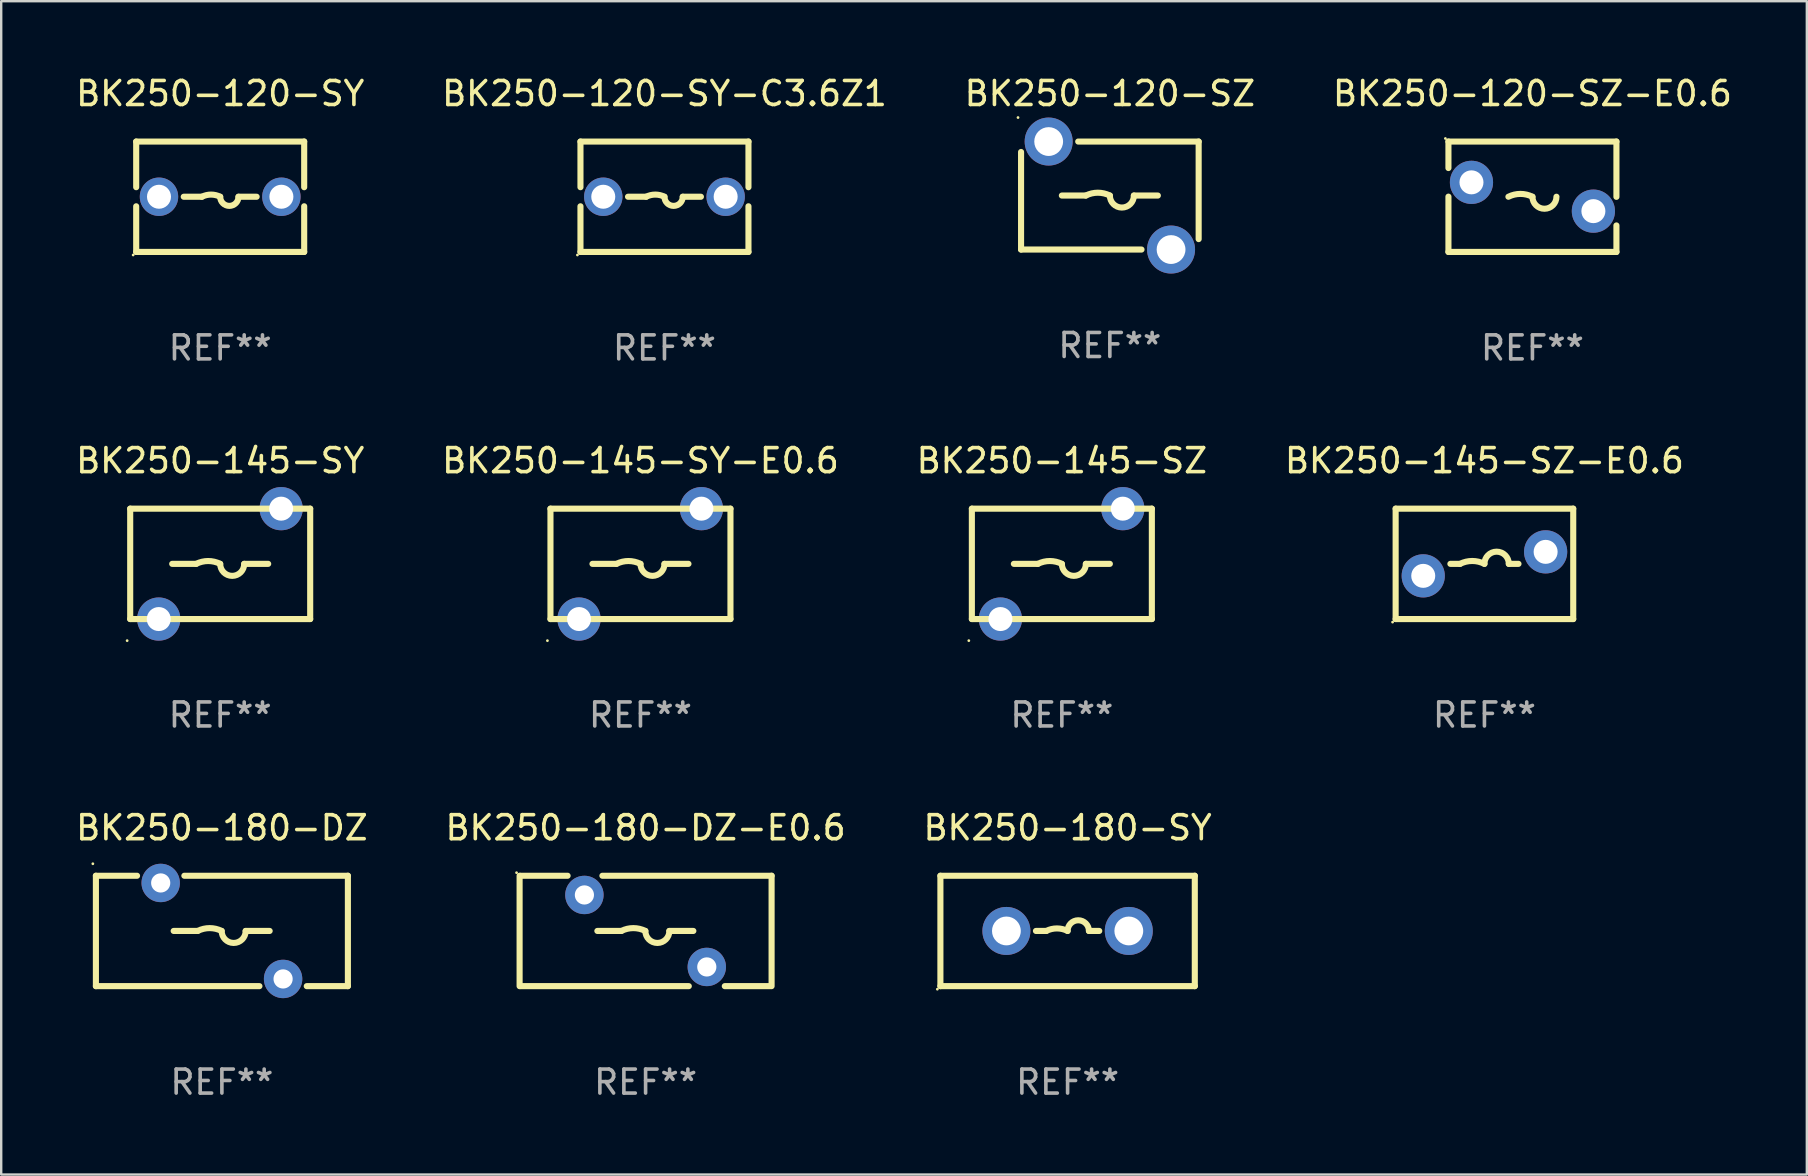
<source format=kicad_pcb>
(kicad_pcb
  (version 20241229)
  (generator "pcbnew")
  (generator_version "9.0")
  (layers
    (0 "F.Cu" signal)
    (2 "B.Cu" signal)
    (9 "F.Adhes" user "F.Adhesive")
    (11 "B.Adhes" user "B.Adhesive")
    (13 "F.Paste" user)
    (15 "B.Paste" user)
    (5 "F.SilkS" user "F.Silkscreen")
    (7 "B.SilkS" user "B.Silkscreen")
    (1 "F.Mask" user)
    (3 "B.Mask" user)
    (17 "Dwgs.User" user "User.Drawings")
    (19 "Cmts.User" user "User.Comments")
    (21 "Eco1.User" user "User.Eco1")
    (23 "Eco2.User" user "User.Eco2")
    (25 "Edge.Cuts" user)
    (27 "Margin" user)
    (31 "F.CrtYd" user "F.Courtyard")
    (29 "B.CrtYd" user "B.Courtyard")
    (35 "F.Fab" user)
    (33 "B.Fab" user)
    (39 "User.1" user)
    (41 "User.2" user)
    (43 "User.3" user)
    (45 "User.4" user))
  (footprint "BK250-120-SY"
    (layer "F.Cu")
    (at 6.125 5.148)
    (property "Reference" "BK250-120-SY" (at 0 -4.3 0) (layer "F.SilkS") (effects (font (size 1 1) (thickness 0.15))))
    (attr through_hole)
    (fp_line (start -3.5 -2.3) (end -3.5 -0.398) (stroke (width 0.254) (type solid)) (layer "F.SilkS"))
    (fp_line (start -3.5 -2.3) (end 3.5 -2.3) (stroke (width 0.254) (type solid)) (layer "F.SilkS"))
    (fp_line (start -3.5 0.398) (end -3.5 2.3) (stroke (width 0.254) (type solid)) (layer "F.SilkS"))
    (fp_line (start -1.519 0) (end -0.762 0) (stroke (width 0.254) (type solid)) (layer "F.SilkS"))
    (fp_line (start 1.519 0) (end 0.762 0) (stroke (width 0.254) (type solid)) (layer "F.SilkS"))
    (fp_line (start 3.5 -2.3) (end 3.5 -0.397) (stroke (width 0.254) (type solid)) (layer "F.SilkS"))
    (fp_line (start 3.5 0.397) (end 3.5 2.3) (stroke (width 0.254) (type solid)) (layer "F.SilkS"))
    (fp_line (start 3.5 2.3) (end -3.5 2.3) (stroke (width 0.254) (type solid)) (layer "F.SilkS"))
    (fp_arc (start -0.762129 0) (mid -0.381128 -0.089942) (end -0.000127 0) (stroke (width 0.254001) (type solid)) (layer "F.SilkS"))
    (fp_arc (start 0.761875 0) (mid 0.380874 0.381001) (end -0.000127 0) (stroke (width 0.254001) (type solid)) (layer "F.SilkS"))
    (fp_circle (center -3.627 2.427) (end -3.597 2.427) (stroke (width 0.06) (type solid)) (fill no) (layer "F.SilkS"))
    (fp_text user "REF**" (at 0 6.3 0) (layer "F.Fab") (effects (font (size 1 1) (thickness 0.15))))
    (pad "1" thru_hole circle (at -2.55 0) (size 1.6 1.6) (drill 1) (layers "*.Cu" "*.Mask"))
    (pad "2" thru_hole circle (at 2.55 0) (size 1.6 1.6) (drill 1) (layers "*.Cu" "*.Mask")))
  (footprint "BK250-120-SZ-E0.6"
    (layer "F.Cu")
    (at 60.804 5.148)
    (property "Reference" "BK250-120-SZ-E0.6" (at 0 -4.3 0) (layer "F.SilkS") (effects (font (size 1 1) (thickness 0.15))))
    (attr through_hole)
    (fp_line (start -3.5 -2.3) (end -3.5 -1.196) (stroke (width 0.254) (type solid)) (layer "F.SilkS"))
    (fp_line (start -3.5 -2.3) (end 3.5 -2.3) (stroke (width 0.254) (type solid)) (layer "F.SilkS"))
    (fp_line (start -3.5 -0.004) (end -3.5 2.3) (stroke (width 0.254) (type solid)) (layer "F.SilkS"))
    (fp_line (start 3.5 -2.3) (end 3.5 0.004) (stroke (width 0.254) (type solid)) (layer "F.SilkS"))
    (fp_line (start 3.5 1.196) (end 3.5 2.3) (stroke (width 0.254) (type solid)) (layer "F.SilkS"))
    (fp_line (start 3.5 2.3) (end -3.5 2.3) (stroke (width 0.254) (type solid)) (layer "F.SilkS"))
    (fp_arc (start -1.000762 0) (mid -0.500381 -0.118151) (end 0 0) (stroke (width 0.254001) (type solid)) (layer "F.SilkS"))
    (fp_arc (start 1.000762 0) (mid 0.500381 0.500127) (end 0 0) (stroke (width 0.254001) (type solid)) (layer "F.SilkS"))
    (fp_circle (center -3.627 -2.427) (end -3.597 -2.427) (stroke (width 0.06) (type solid)) (fill no) (layer "F.SilkS"))
    (fp_text user "REF**" (at 0 6.3 0) (layer "F.Fab") (effects (font (size 1 1) (thickness 0.15))))
    (pad "1" thru_hole circle (at -2.54 -0.6) (size 1.8 1.8) (drill 1) (layers "*.Cu" "*.Mask"))
    (pad "2" thru_hole circle (at 2.54 0.6) (size 1.8 1.8) (drill 1) (layers "*.Cu" "*.Mask")))
  (footprint "BK250-180-DZ"
    (layer "F.Cu")
    (at 6.196 35.741)
    (property "Reference" "BK250-180-DZ" (at 0 -4.3 0) (layer "F.SilkS") (effects (font (size 1 1) (thickness 0.15))))
    (attr through_hole)
    (fp_line (start -5.25 -2.3) (end -5.25 2.3) (stroke (width 0.254) (type solid)) (layer "F.SilkS"))
    (fp_line (start -5.25 -2.3) (end -3.536 -2.3) (stroke (width 0.254) (type solid)) (layer "F.SilkS"))
    (fp_line (start -5.25 2.3) (end 1.564 2.3) (stroke (width 0.254) (type solid)) (layer "F.SilkS"))
    (fp_line (start -1.564 -2.3) (end 5.25 -2.3) (stroke (width 0.254) (type solid)) (layer "F.SilkS"))
    (fp_line (start -1.01 -0.000064) (end -2.01 -0.000064) (stroke (width 0.254) (type solid)) (layer "F.SilkS"))
    (fp_line (start 0.99 -0.000064) (end 1.99 -0.000064) (stroke (width 0.254) (type solid)) (layer "F.SilkS"))
    (fp_line (start 3.536 2.3) (end 5.25 2.3) (stroke (width 0.254) (type solid)) (layer "F.SilkS"))
    (fp_line (start 5.25 -2.3) (end 5.25 2.3) (stroke (width 0.254) (type solid)) (layer "F.SilkS"))
    (fp_arc (start -1.010008 -0.000064) (mid -0.510008 -0.118084) (end -0.010007 -0.000064) (stroke (width 0.254001) (type solid)) (layer "F.SilkS"))
    (fp_arc (start 0.990754 -0.000064) (mid 0.490373 0.500063) (end -0.010008 -0.000064) (stroke (width 0.254001) (type solid)) (layer "F.SilkS"))
    (fp_circle (center -5.377 -2.8) (end -5.347 -2.8) (stroke (width 0.06) (type solid)) (fill no) (layer "F.SilkS"))
    (fp_text user "REF**" (at 0 6.3 0) (layer "F.Fab") (effects (font (size 1 1) (thickness 0.15))))
    (pad "1" thru_hole circle (at -2.55 -2) (size 1.6 1.6) (drill 0.8) (layers "*.Cu" "*.Mask"))
    (pad "2" thru_hole circle (at 2.55 2) (size 1.6 1.6) (drill 0.8) (layers "*.Cu" "*.Mask")))
  (footprint "BK250-145-SZ"
    (layer "F.Cu")
    (at 41.196 20.445)
    (property "Reference" "BK250-145-SZ" (at 0 -4.3 0) (layer "F.SilkS") (effects (font (size 1 1) (thickness 0.15))))
    (attr through_hole)
    (fp_line (start -3.75 -2.3) (end 3.75 -2.3) (stroke (width 0.254) (type solid)) (layer "F.SilkS"))
    (fp_line (start -3.75 2.3) (end -3.75 -2.3) (stroke (width 0.254) (type solid)) (layer "F.SilkS"))
    (fp_line (start -1 0) (end -2 0) (stroke (width 0.254) (type solid)) (layer "F.SilkS"))
    (fp_line (start 1 0) (end 2 0) (stroke (width 0.254) (type solid)) (layer "F.SilkS"))
    (fp_line (start 3.75 -2.3) (end 3.75 2.3) (stroke (width 0.254) (type solid)) (layer "F.SilkS"))
    (fp_line (start 3.75 2.3) (end -3.75 2.3) (stroke (width 0.254) (type solid)) (layer "F.SilkS"))
    (fp_arc (start -1 0) (mid -0.5 -0.118021) (end 0 0) (stroke (width 0.254001) (type solid)) (layer "F.SilkS"))
    (fp_arc (start 1.000762 0) (mid 0.500381 0.500127) (end 0 0) (stroke (width 0.254001) (type solid)) (layer "F.SilkS"))
    (fp_circle (center -3.877 3.2) (end -3.847 3.2) (stroke (width 0.06) (type solid)) (fill no) (layer "F.SilkS"))
    (fp_text user "REF**" (at 0 6.3 0) (layer "F.Fab") (effects (font (size 1 1) (thickness 0.15))))
    (pad "1" thru_hole circle (at -2.56 2.3) (size 1.8 1.8) (drill 1) (layers "*.Cu" "*.Mask"))
    (pad "2" thru_hole circle (at 2.54 -2.3) (size 1.8 1.8) (drill 1) (layers "*.Cu" "*.Mask")))
  (footprint "BK250-180-DZ-E0.6"
    (layer "F.Cu")
    (at 23.851 35.741)
    (property "Reference" "BK250-180-DZ-E0.6" (at 0 -4.3 0) (layer "F.SilkS") (effects (font (size 1 1) (thickness 0.15))))
    (attr through_hole)
    (fp_line (start -5.25 -2.3) (end -5.25 2.3) (stroke (width 0.254) (type solid)) (layer "F.SilkS"))
    (fp_line (start -5.21 -2.3) (end -3.25 -2.3) (stroke (width 0.254) (type solid)) (layer "F.SilkS"))
    (fp_line (start -1.8 -2.3) (end 5.25 -2.3) (stroke (width 0.254) (type solid)) (layer "F.SilkS"))
    (fp_line (start -1.01 -0.000064) (end -2.01 -0.000064) (stroke (width 0.254) (type solid)) (layer "F.SilkS"))
    (fp_line (start 0.99 -0.000064) (end 1.99 -0.000064) (stroke (width 0.254) (type solid)) (layer "F.SilkS"))
    (fp_line (start 1.8 2.3) (end -5.21 2.3) (stroke (width 0.254) (type solid)) (layer "F.SilkS"))
    (fp_line (start 5.19 2.3) (end 3.3 2.3) (stroke (width 0.254) (type solid)) (layer "F.SilkS"))
    (fp_line (start 5.25 -2.3) (end 5.25 2.3) (stroke (width 0.254) (type solid)) (layer "F.SilkS"))
    (fp_arc (start -1.010008 -0.000064) (mid -0.510008 -0.118084) (end -0.010007 -0.000064) (stroke (width 0.254001) (type solid)) (layer "F.SilkS"))
    (fp_arc (start 0.990754 -0.000064) (mid 0.490373 0.500063) (end -0.010008 -0.000064) (stroke (width 0.254001) (type solid)) (layer "F.SilkS"))
    (fp_circle (center -5.377 -2.427) (end -5.347 -2.427) (stroke (width 0.06) (type solid)) (fill no) (layer "F.SilkS"))
    (fp_text user "REF**" (at 0 6.3 0) (layer "F.Fab") (effects (font (size 1 1) (thickness 0.15))))
    (pad "1" thru_hole circle (at -2.55 -1.5) (size 1.6 1.6) (drill 0.8) (layers "*.Cu" "*.Mask"))
    (pad "2" thru_hole circle (at 2.55 1.5) (size 1.6 1.6) (drill 0.8) (layers "*.Cu" "*.Mask")))
  (footprint "BK250-145-SY-E0.6"
    (layer "F.Cu")
    (at 23.637 20.445)
    (property "Reference" "BK250-145-SY-E0.6" (at 0 -4.3 0) (layer "F.SilkS") (effects (font (size 1 1) (thickness 0.15))))
    (attr through_hole)
    (fp_line (start -3.75 -2.3) (end 3.75 -2.3) (stroke (width 0.254) (type solid)) (layer "F.SilkS"))
    (fp_line (start -3.75 2.3) (end -3.75 -2.3) (stroke (width 0.254) (type solid)) (layer "F.SilkS"))
    (fp_line (start -1 0) (end -2 0) (stroke (width 0.254) (type solid)) (layer "F.SilkS"))
    (fp_line (start 1 0) (end 2 0) (stroke (width 0.254) (type solid)) (layer "F.SilkS"))
    (fp_line (start 3.75 -2.3) (end 3.75 2.3) (stroke (width 0.254) (type solid)) (layer "F.SilkS"))
    (fp_line (start 3.75 2.3) (end -3.75 2.3) (stroke (width 0.254) (type solid)) (layer "F.SilkS"))
    (fp_arc (start -1 0) (mid -0.5 -0.118021) (end 0 0) (stroke (width 0.254001) (type solid)) (layer "F.SilkS"))
    (fp_arc (start 1.000762 0) (mid 0.500381 0.500127) (end 0 0) (stroke (width 0.254001) (type solid)) (layer "F.SilkS"))
    (fp_circle (center -3.877 3.2) (end -3.847 3.2) (stroke (width 0.06) (type solid)) (fill no) (layer "F.SilkS"))
    (fp_text user "REF**" (at 0 6.3 0) (layer "F.Fab") (effects (font (size 1 1) (thickness 0.15))))
    (pad "1" thru_hole circle (at -2.56 2.3) (size 1.8 1.8) (drill 1) (layers "*.Cu" "*.Mask"))
    (pad "2" thru_hole circle (at 2.54 -2.3) (size 1.8 1.8) (drill 1) (layers "*.Cu" "*.Mask")))
  (footprint "BK250-145-SY"
    (layer "F.Cu")
    (at 6.125 20.445)
    (property "Reference" "BK250-145-SY" (at 0 -4.3 0) (layer "F.SilkS") (effects (font (size 1 1) (thickness 0.15))))
    (attr through_hole)
    (fp_line (start -3.75 -2.3) (end 3.75 -2.3) (stroke (width 0.254) (type solid)) (layer "F.SilkS"))
    (fp_line (start -3.75 2.3) (end -3.75 -2.3) (stroke (width 0.254) (type solid)) (layer "F.SilkS"))
    (fp_line (start -1 0) (end -2 0) (stroke (width 0.254) (type solid)) (layer "F.SilkS"))
    (fp_line (start 1 0) (end 2 0) (stroke (width 0.254) (type solid)) (layer "F.SilkS"))
    (fp_line (start 3.75 -2.3) (end 3.75 2.3) (stroke (width 0.254) (type solid)) (layer "F.SilkS"))
    (fp_line (start 3.75 2.3) (end -3.75 2.3) (stroke (width 0.254) (type solid)) (layer "F.SilkS"))
    (fp_arc (start -1 0) (mid -0.5 -0.118021) (end 0 0) (stroke (width 0.254001) (type solid)) (layer "F.SilkS"))
    (fp_arc (start 1.000762 0) (mid 0.500381 0.500127) (end 0 0) (stroke (width 0.254001) (type solid)) (layer "F.SilkS"))
    (fp_circle (center -3.877 3.2) (end -3.847 3.2) (stroke (width 0.06) (type solid)) (fill no) (layer "F.SilkS"))
    (fp_text user "REF**" (at 0 6.3 0) (layer "F.Fab") (effects (font (size 1 1) (thickness 0.15))))
    (pad "1" thru_hole circle (at -2.56 2.3) (size 1.8 1.8) (drill 1) (layers "*.Cu" "*.Mask"))
    (pad "2" thru_hole circle (at 2.54 -2.3) (size 1.8 1.8) (drill 1) (layers "*.Cu" "*.Mask")))
  (footprint "BK250-120-SY-C3.6Z1"
    (layer "F.Cu")
    (at 24.637 5.148)
    (property "Reference" "BK250-120-SY-C3.6Z1" (at 0 -4.3 0) (layer "F.SilkS") (effects (font (size 1 1) (thickness 0.15))))
    (attr through_hole)
    (fp_line (start -3.5 -2.3) (end -3.5 -0.398) (stroke (width 0.254) (type solid)) (layer "F.SilkS"))
    (fp_line (start -3.5 -2.3) (end 3.5 -2.3) (stroke (width 0.254) (type solid)) (layer "F.SilkS"))
    (fp_line (start -3.5 0.398) (end -3.5 2.3) (stroke (width 0.254) (type solid)) (layer "F.SilkS"))
    (fp_line (start -1.519 0) (end -0.762 0) (stroke (width 0.254) (type solid)) (layer "F.SilkS"))
    (fp_line (start 1.519 0) (end 0.762 0) (stroke (width 0.254) (type solid)) (layer "F.SilkS"))
    (fp_line (start 3.5 -2.3) (end 3.5 -0.397) (stroke (width 0.254) (type solid)) (layer "F.SilkS"))
    (fp_line (start 3.5 0.397) (end 3.5 2.3) (stroke (width 0.254) (type solid)) (layer "F.SilkS"))
    (fp_line (start 3.5 2.3) (end -3.5 2.3) (stroke (width 0.254) (type solid)) (layer "F.SilkS"))
    (fp_arc (start -0.762129 0) (mid -0.381128 -0.089942) (end -0.000127 0) (stroke (width 0.254001) (type solid)) (layer "F.SilkS"))
    (fp_arc (start 0.761875 0) (mid 0.380874 0.381001) (end -0.000127 0) (stroke (width 0.254001) (type solid)) (layer "F.SilkS"))
    (fp_circle (center -3.627 2.427) (end -3.597 2.427) (stroke (width 0.06) (type solid)) (fill no) (layer "F.SilkS"))
    (fp_text user "REF**" (at 0 6.3 0) (layer "F.Fab") (effects (font (size 1 1) (thickness 0.15))))
    (pad "1" thru_hole circle (at -2.55 0) (size 1.6 1.6) (drill 1) (layers "*.Cu" "*.Mask"))
    (pad "2" thru_hole circle (at 2.55 0) (size 1.6 1.6) (drill 1) (layers "*.Cu" "*.Mask")))
  (footprint "BK250-120-SZ"
    (layer "F.Cu")
    (at 43.196 5.098)
    (property "Reference" "BK250-120-SZ" (at 0 -4.25 0) (layer "F.SilkS") (effects (font (size 1 1) (thickness 0.15))))
    (attr through_hole)
    (fp_line (start -3.7 2.25) (end -3.7 -1.815) (stroke (width 0.254) (type solid)) (layer "F.SilkS"))
    (fp_line (start -3.7 2.25) (end 1.319 2.25) (stroke (width 0.254) (type solid)) (layer "F.SilkS"))
    (fp_line (start -1 0) (end -2 0) (stroke (width 0.254) (type solid)) (layer "F.SilkS"))
    (fp_line (start 1 0) (end 2 0) (stroke (width 0.254) (type solid)) (layer "F.SilkS"))
    (fp_line (start 3.7 -2.25) (end -1.319 -2.25) (stroke (width 0.254) (type solid)) (layer "F.SilkS"))
    (fp_line (start 3.7 1.815) (end 3.7 -2.25) (stroke (width 0.254) (type solid)) (layer "F.SilkS"))
    (fp_arc (start -1.000762 0) (mid -0.500381 -0.118151) (end 0 0) (stroke (width 0.254001) (type solid)) (layer "F.SilkS"))
    (fp_arc (start 1.000762 0) (mid 0.500381 0.500127) (end 0 0) (stroke (width 0.254001) (type solid)) (layer "F.SilkS"))
    (fp_circle (center -3.827 -3.25) (end -3.797 -3.25) (stroke (width 0.06) (type solid)) (fill no) (layer "F.SilkS"))
    (fp_text user "REF**" (at 0 6.25 0) (layer "F.Fab") (effects (font (size 1 1) (thickness 0.15))))
    (pad "1" thru_hole circle (at -2.55 -2.25) (size 2 2) (drill 1.2) (layers "*.Cu" "*.Mask"))
    (pad "2" thru_hole circle (at 2.55 2.25) (size 2 2) (drill 1.2) (layers "*.Cu" "*.Mask")))
  (footprint "BK250-145-SZ-E0.6"
    (layer "F.Cu")
    (at 58.804 20.445)
    (property "Reference" "BK250-145-SZ-E0.6" (at 0 -4.3 0) (layer "F.SilkS") (effects (font (size 1 1) (thickness 0.15))))
    (attr through_hole)
    (fp_line (start -3.7 -2.3) (end 3.7 -2.3) (stroke (width 0.254) (type solid)) (layer "F.SilkS"))
    (fp_line (start -3.7 2.3) (end -3.7 -2.3) (stroke (width 0.254) (type solid)) (layer "F.SilkS"))
    (fp_line (start -1.419 0) (end -1.016 0) (stroke (width 0.254) (type solid)) (layer "F.SilkS"))
    (fp_line (start 1.419 0) (end 1.016 0) (stroke (width 0.254) (type solid)) (layer "F.SilkS"))
    (fp_line (start 3.7 -2.3) (end 3.7 2.3) (stroke (width 0.254) (type solid)) (layer "F.SilkS"))
    (fp_line (start 3.7 2.3) (end -3.7 2.3) (stroke (width 0.254) (type solid)) (layer "F.SilkS"))
    (fp_arc (start -1.016002 0) (mid -0.508001 -0.119923) (end 0 0) (stroke (width 0.254001) (type solid)) (layer "F.SilkS"))
    (fp_arc (start 0 0) (mid 0.508001 -0.508001) (end 1.016002 0) (stroke (width 0.254001) (type solid)) (layer "F.SilkS"))
    (fp_circle (center -3.827 2.427) (end -3.797 2.427) (stroke (width 0.06) (type solid)) (fill no) (layer "F.SilkS"))
    (fp_text user "REF**" (at 0 6.3 0) (layer "F.Fab") (effects (font (size 1 1) (thickness 0.15))))
    (pad "1" thru_hole circle (at -2.55 0.5) (size 1.8 1.8) (drill 1) (layers "*.Cu" "*.Mask"))
    (pad "2" thru_hole circle (at 2.55 -0.5) (size 1.8 1.8) (drill 1) (layers "*.Cu" "*.Mask")))
  (footprint "BK250-180-SY"
    (layer "F.Cu")
    (at 41.435 35.741)
    (property "Reference" "BK250-180-SY" (at 0 -4.3 0) (layer "F.SilkS") (effects (font (size 1 1) (thickness 0.15))))
    (attr through_hole)
    (fp_line (start -5.3 -2.3) (end 5.3 -2.3) (stroke (width 0.254) (type solid)) (layer "F.SilkS"))
    (fp_line (start -5.3 2.3) (end -5.3 -2.3) (stroke (width 0.254) (type solid)) (layer "F.SilkS"))
    (fp_line (start -1.319 0) (end -0.889 0) (stroke (width 0.254) (type solid)) (layer "F.SilkS"))
    (fp_line (start 1.319 0) (end 0.889 0) (stroke (width 0.254) (type solid)) (layer "F.SilkS"))
    (fp_line (start 5.3 -2.3) (end 5.3 2.3) (stroke (width 0.254) (type solid)) (layer "F.SilkS"))
    (fp_line (start 5.3 2.3) (end -5.3 2.3) (stroke (width 0.254) (type solid)) (layer "F.SilkS"))
    (fp_arc (start -0.889002 0) (mid -0.444501 -0.104932) (end 0 0) (stroke (width 0.254001) (type solid)) (layer "F.SilkS"))
    (fp_arc (start 0 0) (mid 0.444501 -0.444501) (end 0.889002 0) (stroke (width 0.254001) (type solid)) (layer "F.SilkS"))
    (fp_circle (center -5.427 2.427) (end -5.397 2.427) (stroke (width 0.06) (type solid)) (fill no) (layer "F.SilkS"))
    (fp_text user "REF**" (at 0 6.3 0) (layer "F.Fab") (effects (font (size 1 1) (thickness 0.15))))
    (pad "1" thru_hole circle (at -2.55 0) (size 2 2) (drill 1.2) (layers "*.Cu" "*.Mask"))
    (pad "2" thru_hole circle (at 2.55 0) (size 2 2) (drill 1.2) (layers "*.Cu" "*.Mask")))
  (gr_rect
    (start -3 -3)
    (end 72.238 45.89)
    (stroke (width 0.1) (type default))
    (fill no)
    (layer "Edge.Cuts")))
</source>
